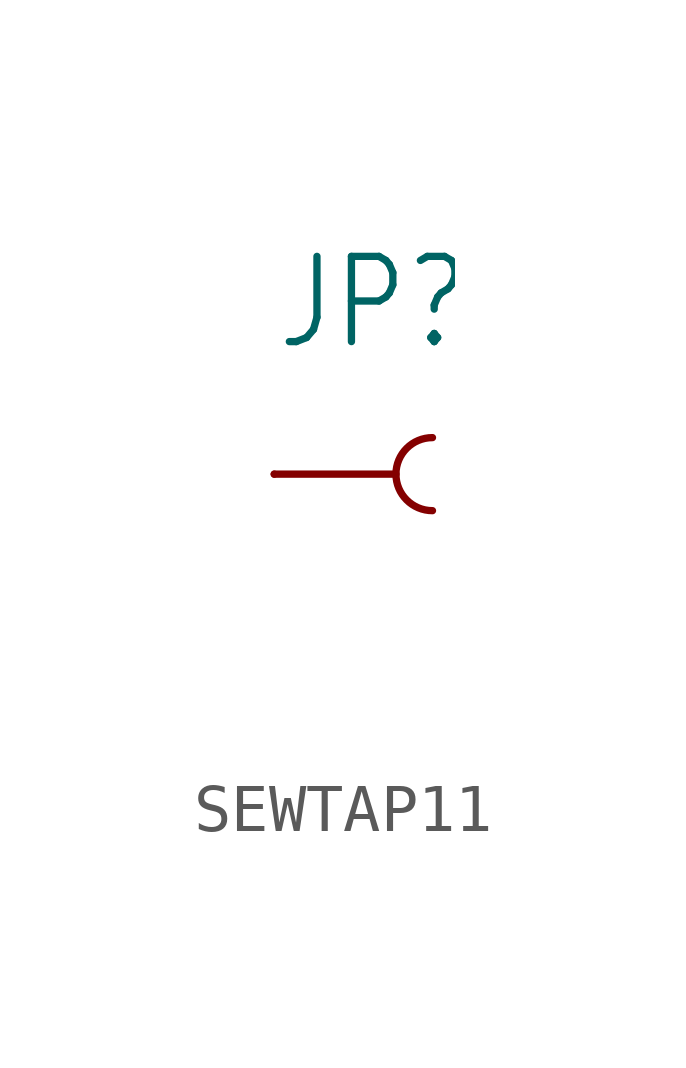
<source format=kicad_sym>
(kicad_symbol_lib
  (version 20220914)
  (generator kicad_symbol_editor)
  (symbol "SEWTAP11"
    (property "Reference" "JP"
      (at -2.54 2.54 0)
      (effects (font (size 1.778 1.511)) (justify left bottom)))
    (property "Value" ""
      (at -2.54 -5.08 0)
      (effects (font (size 1.778 1.511)) (justify left bottom)))
    (property "ki_locked" ""
      (at 0 0 0)
      (effects (font (size 1.27 1.27))))
    (symbol "SEWTAP11_1_0"
      (polyline (pts (xy 0 0) (xy -2.54 0)) (stroke (width 0.152) (type solid)) (fill (type none)))
      (arc (start 0.762 0.762) (mid 0 0) (end 0.762 -0.762) (stroke (width 0.1524) (type solid)) (fill (type none)))
      (pin bidirectional line (at -2.54 0 180) (length 0) (name "1" (effects (font (size 0 0)))) (number "1" (effects (font (size 0 0))))))))
</source>
